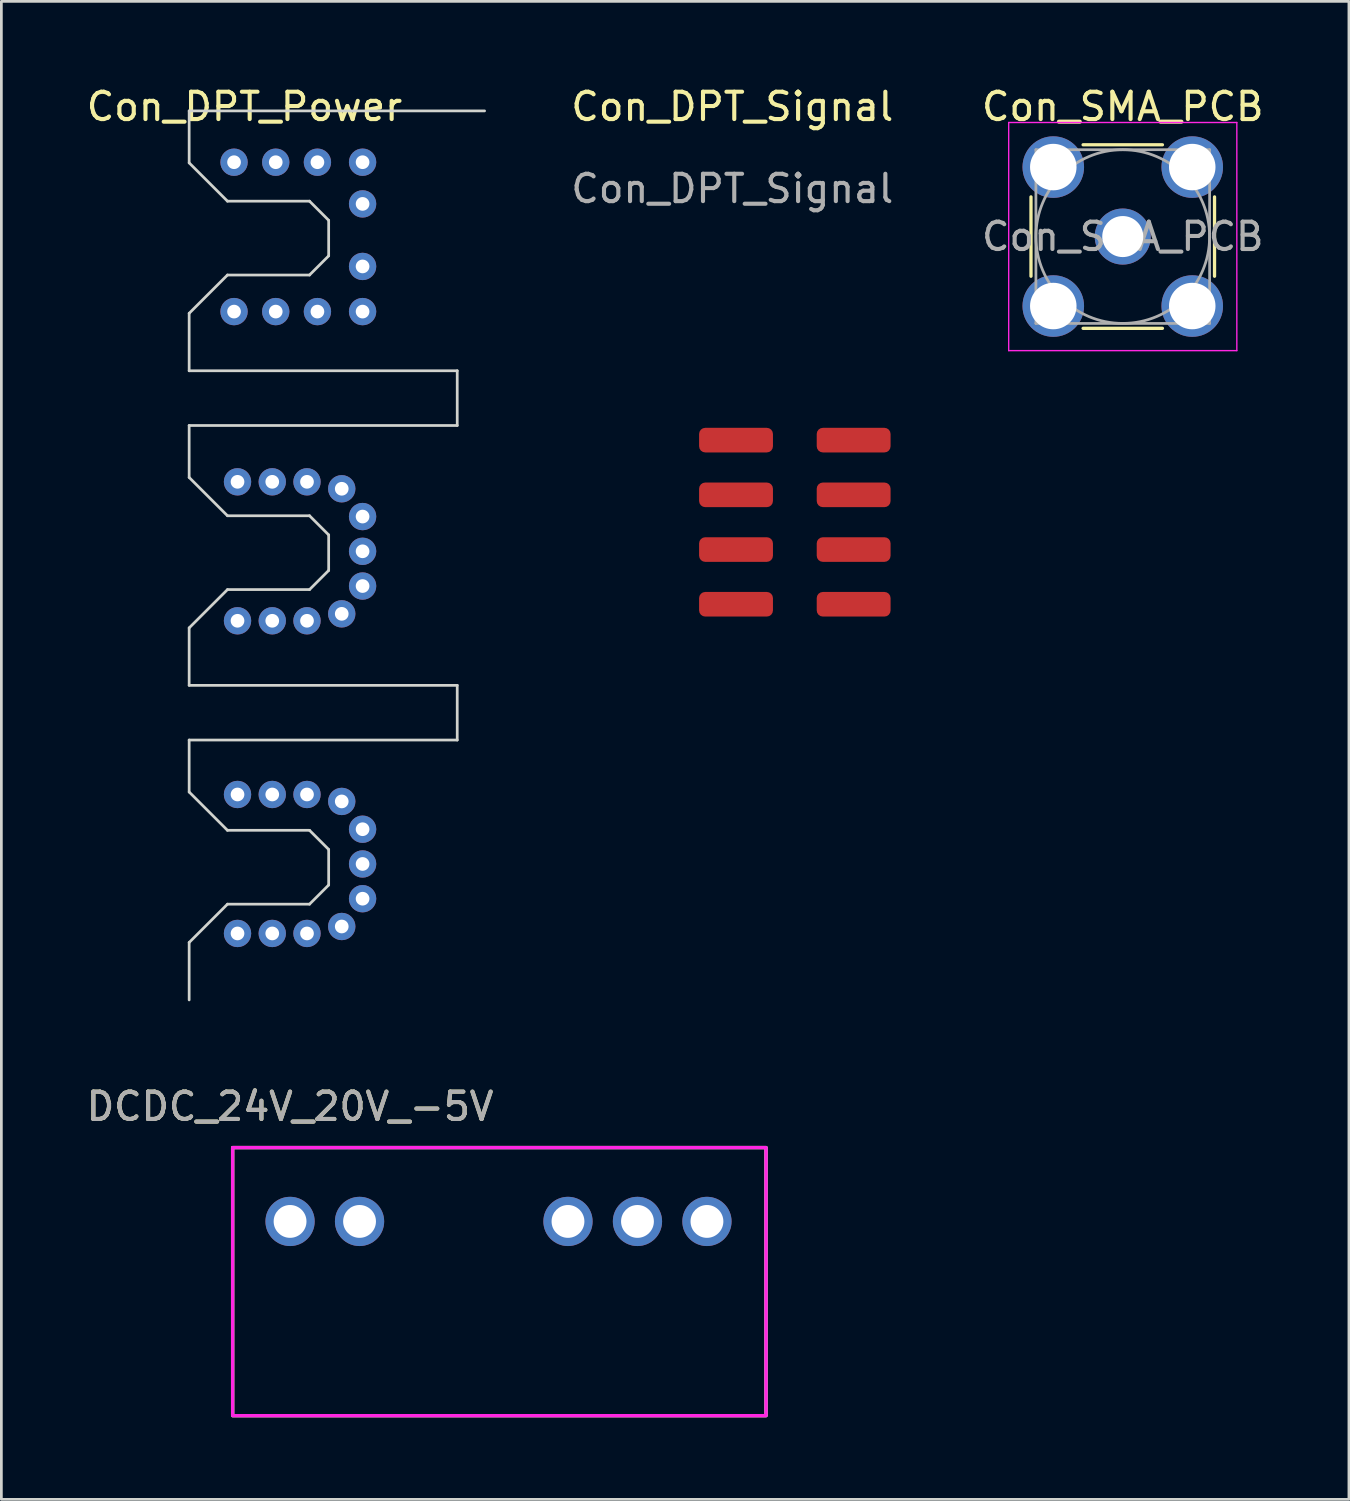
<source format=kicad_pcb>
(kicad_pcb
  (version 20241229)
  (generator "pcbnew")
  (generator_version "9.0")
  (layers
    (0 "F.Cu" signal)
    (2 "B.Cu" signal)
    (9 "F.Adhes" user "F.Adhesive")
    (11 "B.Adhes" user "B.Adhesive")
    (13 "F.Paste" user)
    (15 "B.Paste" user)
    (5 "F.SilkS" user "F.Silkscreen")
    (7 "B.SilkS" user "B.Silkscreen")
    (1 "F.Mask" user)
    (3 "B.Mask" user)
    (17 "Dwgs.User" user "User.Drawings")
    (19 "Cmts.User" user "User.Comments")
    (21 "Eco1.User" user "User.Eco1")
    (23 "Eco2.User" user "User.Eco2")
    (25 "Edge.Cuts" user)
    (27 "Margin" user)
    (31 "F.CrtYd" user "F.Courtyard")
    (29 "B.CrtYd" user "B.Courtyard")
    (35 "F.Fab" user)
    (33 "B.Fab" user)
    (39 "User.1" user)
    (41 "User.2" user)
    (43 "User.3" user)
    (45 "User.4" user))
  (footprint "Con_SMA_PCB"
    (layer "F.Cu")
    (at 37.995 5.598)
    (property "Reference" "Con_SMA_PCB" (at 0 -4.75 0) (layer "F.SilkS") (effects (font (size 1 1) (thickness 0.15))))
    (attr through_hole)
    (fp_line (start -3.355 -1.45) (end -3.355 1.45) (stroke (width 0.12) (type solid)) (layer "F.SilkS"))
    (fp_line (start -1.45 -3.355) (end 1.45 -3.355) (stroke (width 0.12) (type solid)) (layer "F.SilkS"))
    (fp_line (start -1.45 3.355) (end 1.45 3.355) (stroke (width 0.12) (type solid)) (layer "F.SilkS"))
    (fp_line (start 3.355 -1.45) (end 3.355 1.45) (stroke (width 0.12) (type solid)) (layer "F.SilkS"))
    (fp_line (start -4.17 -4.17) (end -4.17 4.17) (stroke (width 0.05) (type solid)) (layer "F.CrtYd"))
    (fp_line (start -4.17 -4.17) (end 4.17 -4.17) (stroke (width 0.05) (type solid)) (layer "F.CrtYd"))
    (fp_line (start 4.17 4.17) (end -4.17 4.17) (stroke (width 0.05) (type solid)) (layer "F.CrtYd"))
    (fp_line (start 4.17 4.17) (end 4.17 -4.17) (stroke (width 0.05) (type solid)) (layer "F.CrtYd"))
    (fp_line (start -3.175 -3.175) (end -3.175 3.175) (stroke (width 0.1) (type solid)) (layer "F.Fab"))
    (fp_line (start -3.175 -3.175) (end 3.175 -3.175) (stroke (width 0.1) (type solid)) (layer "F.Fab"))
    (fp_line (start -3.175 3.175) (end 3.175 3.175) (stroke (width 0.1) (type solid)) (layer "F.Fab"))
    (fp_line (start 3.175 -3.175) (end 3.175 3.175) (stroke (width 0.1) (type solid)) (layer "F.Fab"))
    (fp_circle (center 0 0) (end 3.175 0) (stroke (width 0.1) (type solid)) (fill no) (layer "F.Fab"))
    (fp_text user "${REFERENCE}" (at 0 0 0) (layer "F.Fab") (effects (font (size 1 1) (thickness 0.15))))
    (pad "1" thru_hole circle (at 0 0) (size 2.05 2.05) (drill 1.5) (layers "*.Cu" "*.Mask"))
    (pad "2" thru_hole circle (at -2.54 -2.54) (size 2.25 2.25) (drill 1.7) (layers "*.Cu" "*.Mask"))
    (pad "2" thru_hole circle (at -2.54 2.54) (size 2.25 2.25) (drill 1.7) (layers "*.Cu" "*.Mask"))
    (pad "2" thru_hole circle (at 2.54 -2.54) (size 2.25 2.25) (drill 1.7) (layers "*.Cu" "*.Mask"))
    (pad "2" thru_hole circle (at 2.54 2.54) (size 2.25 2.25) (drill 1.7) (layers "*.Cu" "*.Mask")))
  (footprint "DCDC_24V_20V_-5V"
    (layer "F.Cu")
    (at 7.554 41.602)
    (property "Reference" "DCDC_24V_20V_-5V" (at 0 -4.2 0) (unlocked yes) (layer "F.SilkS") (effects (font (size 1 1) (thickness 0.15))))
    (attr smd)
    (fp_rect (start -2.1 -2.7) (end 17.4 7.1) (stroke (width 0.12) (type solid)) (fill no) (layer "F.SilkS"))
    (fp_rect (start -2.1 -2.7) (end 17.4 7.1) (stroke (width 0.12) (type solid)) (fill no) (layer "F.CrtYd"))
    (fp_rect (start -2.1 -2.7) (end 17.4 7.1) (stroke (width 0.12) (type solid)) (fill no) (layer "F.Fab"))
    (fp_text user "${REFERENCE}" (at 0 -4.2 0) (unlocked yes) (layer "F.Fab") (effects (font (size 1 1) (thickness 0.15))))
    (pad "1" thru_hole circle (at 0 0) (size 1.8 1.8) (drill 1.2) (layers "*.Cu" "*.Mask"))
    (pad "2" thru_hole circle (at 2.54 0) (size 1.8 1.8) (drill 1.2) (layers "*.Cu" "*.Mask"))
    (pad "5" thru_hole circle (at 10.16 0) (size 1.8 1.8) (drill 1.2) (layers "*.Cu" "*.Mask"))
    (pad "6" thru_hole circle (at 12.7 0) (size 1.8 1.8) (drill 1.2) (layers "*.Cu" "*.Mask"))
    (pad "7" thru_hole circle (at 15.24 0) (size 1.8 1.8) (drill 1.2) (layers "*.Cu" "*.Mask")))
  (footprint "Con_DPT_Power"
    (layer "F.Cu")
    (at 7.665 17.104)
    (property "Reference" "Con_DPT_Power" (at -1.778 -16.256 0) (unlocked yes) (layer "F.SilkS") (effects (font (size 1 1) (thickness 0.15))))
    (attr exclude_from_bom)
    (fp_poly (pts (xy 3.556 -7.874) (xy -3.556 -7.874) (xy -3.556 -8.636) (xy -2.286 -9.906) (xy 0.762 -9.906) (xy 1.524 -10.668) (xy 1.524 -12.192) (xy 0.762 -12.954) (xy -2.286 -12.954) (xy -3.556 -14.224) (xy -3.556 -14.986) (xy 3.556 -14.986)) (stroke (width 0.12) (type solid)) (fill yes) (layer "F.Mask"))
    (fp_poly (pts (xy 3.556 3.556) (xy -3.556 3.556) (xy -3.556 2.794) (xy -2.286 1.524) (xy 0.762 1.524) (xy 1.524 0.762) (xy 1.524 -0.762) (xy 0.762 -1.524) (xy -2.286 -1.524) (xy -3.556 -2.794) (xy -3.556 -3.556) (xy 3.556 -3.556)) (stroke (width 0.12) (type solid)) (fill yes) (layer "F.Mask"))
    (fp_poly (pts (xy 3.556 14.986) (xy -3.556 14.986) (xy -3.556 14.224) (xy -2.286 12.954) (xy 0.762 12.954) (xy 1.524 12.192) (xy 1.524 10.668) (xy 0.762 9.906) (xy -2.286 9.906) (xy -3.556 8.636) (xy -3.556 7.874) (xy 3.556 7.874)) (stroke (width 0.12) (type solid)) (fill yes) (layer "F.Mask"))
    (fp_poly (pts (xy 3.556 -7.874) (xy -3.556 -7.874) (xy -3.556 -8.636) (xy -2.286 -9.906) (xy 0.762 -9.906) (xy 1.524 -10.668) (xy 1.524 -12.192) (xy 0.762 -12.954) (xy -2.286 -12.954) (xy -3.556 -14.224) (xy -3.556 -14.986) (xy 3.556 -14.986)) (stroke (width 0.12) (type solid)) (fill yes) (layer "B.Mask"))
    (fp_poly (pts (xy 3.556 3.556) (xy -3.556 3.556) (xy -3.556 2.794) (xy -2.286 1.524) (xy 0.762 1.524) (xy 1.524 0.762) (xy 1.524 -0.762) (xy 0.762 -1.524) (xy -2.286 -1.524) (xy -3.556 -2.794) (xy -3.556 -3.556) (xy 3.556 -3.556)) (stroke (width 0.12) (type solid)) (fill yes) (layer "B.Mask"))
    (fp_poly (pts (xy 3.556 14.986) (xy -3.556 14.986) (xy -3.556 14.224) (xy -2.286 12.954) (xy 0.762 12.954) (xy 1.524 12.192) (xy 1.524 10.668) (xy 0.762 9.906) (xy -2.286 9.906) (xy -3.556 8.636) (xy -3.556 7.874) (xy 3.556 7.874)) (stroke (width 0.12) (type solid)) (fill yes) (layer "B.Mask"))
    (fp_line (start -3.8 -16.1) (end -3.8 -14.2) (stroke (width 0.1) (type solid)) (layer "Edge.Cuts"))
    (fp_line (start -3.8 -16.1) (end 7 -16.1) (stroke (width 0.1) (type solid)) (layer "Edge.Cuts"))
    (fp_line (start -3.8 -14.2) (end -2.4 -12.8) (stroke (width 0.1) (type solid)) (layer "Edge.Cuts"))
    (fp_line (start -3.8 -8.7) (end -3.8 -6.6) (stroke (width 0.1) (type solid)) (layer "Edge.Cuts"))
    (fp_line (start -3.8 -4.6) (end -3.8 -2.7) (stroke (width 0.1) (type solid)) (layer "Edge.Cuts"))
    (fp_line (start -3.8 -4.6) (end 6 -4.6) (stroke (width 0.1) (type solid)) (layer "Edge.Cuts"))
    (fp_line (start -3.8 -2.7) (end -2.4 -1.3) (stroke (width 0.1) (type solid)) (layer "Edge.Cuts"))
    (fp_line (start -3.8 2.8) (end -3.8 4.9) (stroke (width 0.1) (type solid)) (layer "Edge.Cuts"))
    (fp_line (start -3.8 6.9) (end -3.8 8.8) (stroke (width 0.1) (type solid)) (layer "Edge.Cuts"))
    (fp_line (start -3.8 6.9) (end 6 6.9) (stroke (width 0.1) (type solid)) (layer "Edge.Cuts"))
    (fp_line (start -3.8 8.8) (end -2.4 10.2) (stroke (width 0.1) (type solid)) (layer "Edge.Cuts"))
    (fp_line (start -3.8 14.3) (end -3.8 16.4) (stroke (width 0.1) (type solid)) (layer "Edge.Cuts"))
    (fp_line (start -2.4 -12.8) (end 0.6 -12.8) (stroke (width 0.1) (type solid)) (layer "Edge.Cuts"))
    (fp_line (start -2.4 -10.1) (end -3.8 -8.7) (stroke (width 0.1) (type solid)) (layer "Edge.Cuts"))
    (fp_line (start -2.4 -1.3) (end 0.6 -1.3) (stroke (width 0.1) (type solid)) (layer "Edge.Cuts"))
    (fp_line (start -2.4 1.4) (end -3.8 2.8) (stroke (width 0.1) (type solid)) (layer "Edge.Cuts"))
    (fp_line (start -2.4 10.2) (end 0.6 10.2) (stroke (width 0.1) (type solid)) (layer "Edge.Cuts"))
    (fp_line (start -2.4 12.9) (end -3.8 14.3) (stroke (width 0.1) (type solid)) (layer "Edge.Cuts"))
    (fp_line (start 0.6 -12.8) (end 1.3 -12.1) (stroke (width 0.1) (type solid)) (layer "Edge.Cuts"))
    (fp_line (start 0.6 -10.1) (end -2.4 -10.1) (stroke (width 0.1) (type solid)) (layer "Edge.Cuts"))
    (fp_line (start 0.6 -1.3) (end 1.3 -0.6) (stroke (width 0.1) (type solid)) (layer "Edge.Cuts"))
    (fp_line (start 0.6 1.4) (end -2.4 1.4) (stroke (width 0.1) (type solid)) (layer "Edge.Cuts"))
    (fp_line (start 0.6 10.2) (end 1.3 10.9) (stroke (width 0.1) (type solid)) (layer "Edge.Cuts"))
    (fp_line (start 0.6 12.9) (end -2.4 12.9) (stroke (width 0.1) (type solid)) (layer "Edge.Cuts"))
    (fp_line (start 1.3 -12.1) (end 1.3 -10.8) (stroke (width 0.1) (type solid)) (layer "Edge.Cuts"))
    (fp_line (start 1.3 -10.8) (end 0.6 -10.1) (stroke (width 0.1) (type solid)) (layer "Edge.Cuts"))
    (fp_line (start 1.3 -0.6) (end 1.3 0.7) (stroke (width 0.1) (type solid)) (layer "Edge.Cuts"))
    (fp_line (start 1.3 0.7) (end 0.6 1.4) (stroke (width 0.1) (type solid)) (layer "Edge.Cuts"))
    (fp_line (start 1.3 10.9) (end 1.3 12.2) (stroke (width 0.1) (type solid)) (layer "Edge.Cuts"))
    (fp_line (start 1.3 12.2) (end 0.6 12.9) (stroke (width 0.1) (type solid)) (layer "Edge.Cuts"))
    (fp_line (start 6 -6.6) (end -3.8 -6.6) (stroke (width 0.1) (type solid)) (layer "Edge.Cuts"))
    (fp_line (start 6 -4.6) (end 6 -6.6) (stroke (width 0.1) (type solid)) (layer "Edge.Cuts"))
    (fp_line (start 6 4.9) (end -3.8 4.9) (stroke (width 0.1) (type solid)) (layer "Edge.Cuts"))
    (fp_line (start 6 6.9) (end 6 4.9) (stroke (width 0.1) (type solid)) (layer "Edge.Cuts"))
    (pad "1" thru_hole circle (at -2.159 -14.224) (size 1 1) (drill 0.5) (layers "*.Cu" "*.Mask"))
    (pad "1" thru_hole circle (at -2.159 -8.763) (size 1 1) (drill 0.5) (layers "*.Cu" "*.Mask"))
    (pad "1" thru_hole circle (at -0.635 -14.224) (size 1 1) (drill 0.5) (layers "*.Cu" "*.Mask"))
    (pad "1" thru_hole circle (at -0.635 -8.763) (size 1 1) (drill 0.5) (layers "*.Cu" "*.Mask"))
    (pad "1" thru_hole circle (at 0.889 -14.224) (size 1 1) (drill 0.5) (layers "*.Cu" "*.Mask"))
    (pad "1" thru_hole circle (at 0.889 -8.763) (size 1 1) (drill 0.5) (layers "*.Cu" "*.Mask"))
    (pad "1" thru_hole circle (at 2.54 -14.224) (size 1 1) (drill 0.5) (layers "*.Cu" "*.Mask"))
    (pad "1" thru_hole circle (at 2.54 -12.7) (size 1 1) (drill 0.5) (layers "*.Cu" "*.Mask"))
    (pad "1" thru_hole circle (at 2.54 -10.414) (size 1 1) (drill 0.5) (layers "*.Cu" "*.Mask"))
    (pad "1" thru_hole circle (at 2.54 -8.763) (size 1 1) (drill 0.5) (layers "*.Cu" "*.Mask"))
    (pad "2" thru_hole circle (at -2.032 -2.54) (size 1 1) (drill 0.5) (layers "*.Cu" "*.Mask"))
    (pad "2" thru_hole circle (at -2.032 2.54) (size 1 1) (drill 0.5) (layers "*.Cu" "*.Mask"))
    (pad "2" thru_hole circle (at -0.762 -2.54) (size 1 1) (drill 0.5) (layers "*.Cu" "*.Mask"))
    (pad "2" thru_hole circle (at -0.762 2.54) (size 1 1) (drill 0.5) (layers "*.Cu" "*.Mask"))
    (pad "2" thru_hole circle (at 0.508 -2.54) (size 1 1) (drill 0.5) (layers "*.Cu" "*.Mask"))
    (pad "2" thru_hole circle (at 0.508 2.54) (size 1 1) (drill 0.5) (layers "*.Cu" "*.Mask"))
    (pad "2" thru_hole circle (at 1.778 -2.286) (size 1 1) (drill 0.5) (layers "*.Cu" "*.Mask"))
    (pad "2" thru_hole circle (at 1.778 2.286) (size 1 1) (drill 0.5) (layers "*.Cu" "*.Mask"))
    (pad "2" thru_hole circle (at 2.54 -1.27) (size 1 1) (drill 0.5) (layers "*.Cu" "*.Mask"))
    (pad "2" thru_hole circle (at 2.54 0) (size 1 1) (drill 0.5) (layers "*.Cu" "*.Mask"))
    (pad "2" thru_hole circle (at 2.54 1.27) (size 1 1) (drill 0.5) (layers "*.Cu" "*.Mask"))
    (pad "3" thru_hole circle (at -2.032 8.89) (size 1 1) (drill 0.5) (layers "*.Cu" "*.Mask"))
    (pad "3" thru_hole circle (at -2.032 13.97) (size 1 1) (drill 0.5) (layers "*.Cu" "*.Mask"))
    (pad "3" thru_hole circle (at -0.762 8.89) (size 1 1) (drill 0.5) (layers "*.Cu" "*.Mask"))
    (pad "3" thru_hole circle (at -0.762 13.97) (size 1 1) (drill 0.5) (layers "*.Cu" "*.Mask"))
    (pad "3" thru_hole circle (at 0.508 8.89) (size 1 1) (drill 0.5) (layers "*.Cu" "*.Mask"))
    (pad "3" thru_hole circle (at 0.508 13.97) (size 1 1) (drill 0.5) (layers "*.Cu" "*.Mask"))
    (pad "3" thru_hole circle (at 1.778 9.144) (size 1 1) (drill 0.5) (layers "*.Cu" "*.Mask"))
    (pad "3" thru_hole circle (at 1.778 13.716) (size 1 1) (drill 0.5) (layers "*.Cu" "*.Mask"))
    (pad "3" thru_hole circle (at 2.54 10.16) (size 1 1) (drill 0.5) (layers "*.Cu" "*.Mask"))
    (pad "3" thru_hole circle (at 2.54 11.43) (size 1 1) (drill 0.5) (layers "*.Cu" "*.Mask"))
    (pad "3" thru_hole circle (at 2.54 12.7) (size 1 1) (drill 0.5) (layers "*.Cu" "*.Mask")))
  (footprint "Con_DPT_Signal"
    (layer "F.Cu")
    (at 26.007 16.04)
    (property "Reference" "Con_DPT_Signal" (at -2.286 -15.192 0) (unlocked yes) (layer "F.SilkS") (effects (font (size 1 1) (thickness 0.15))))
    (attr smd)
    (fp_text user "${REFERENCE}" (at -2.286 -12.192 0) (unlocked yes) (layer "F.Fab") (effects (font (size 1 1) (thickness 0.15))))
    (pad "1" smd roundrect (at -2.15 3) (size 2.7 0.9) (layers "F.Cu" "F.Mask" "F.Paste") (roundrect_rratio 0.25))
    (pad "2" smd roundrect (at -2.15 1) (size 2.7 0.9) (layers "F.Cu" "F.Mask" "F.Paste") (roundrect_rratio 0.25))
    (pad "3" smd roundrect (at -2.15 -1) (size 2.7 0.9) (layers "F.Cu" "F.Mask" "F.Paste") (roundrect_rratio 0.25))
    (pad "4" smd roundrect (at -2.15 -3) (size 2.7 0.9) (layers "F.Cu" "F.Mask" "F.Paste") (roundrect_rratio 0.25))
    (pad "5" smd roundrect (at 2.15 3) (size 2.7 0.9) (layers "F.Cu" "F.Mask" "F.Paste") (roundrect_rratio 0.25))
    (pad "6" smd roundrect (at 2.15 1) (size 2.7 0.9) (layers "F.Cu" "F.Mask" "F.Paste") (roundrect_rratio 0.25))
    (pad "7" smd roundrect (at 2.15 -1) (size 2.7 0.9) (layers "F.Cu" "F.Mask" "F.Paste") (roundrect_rratio 0.25))
    (pad "8" smd roundrect (at 2.15 -3) (size 2.7 0.9) (layers "F.Cu" "F.Mask" "F.Paste") (roundrect_rratio 0.25)))
  (gr_rect
    (start -3 -3)
    (end 46.263 51.763)
    (stroke (width 0.1) (type default))
    (fill no)
    (layer "Edge.Cuts")))
</source>
